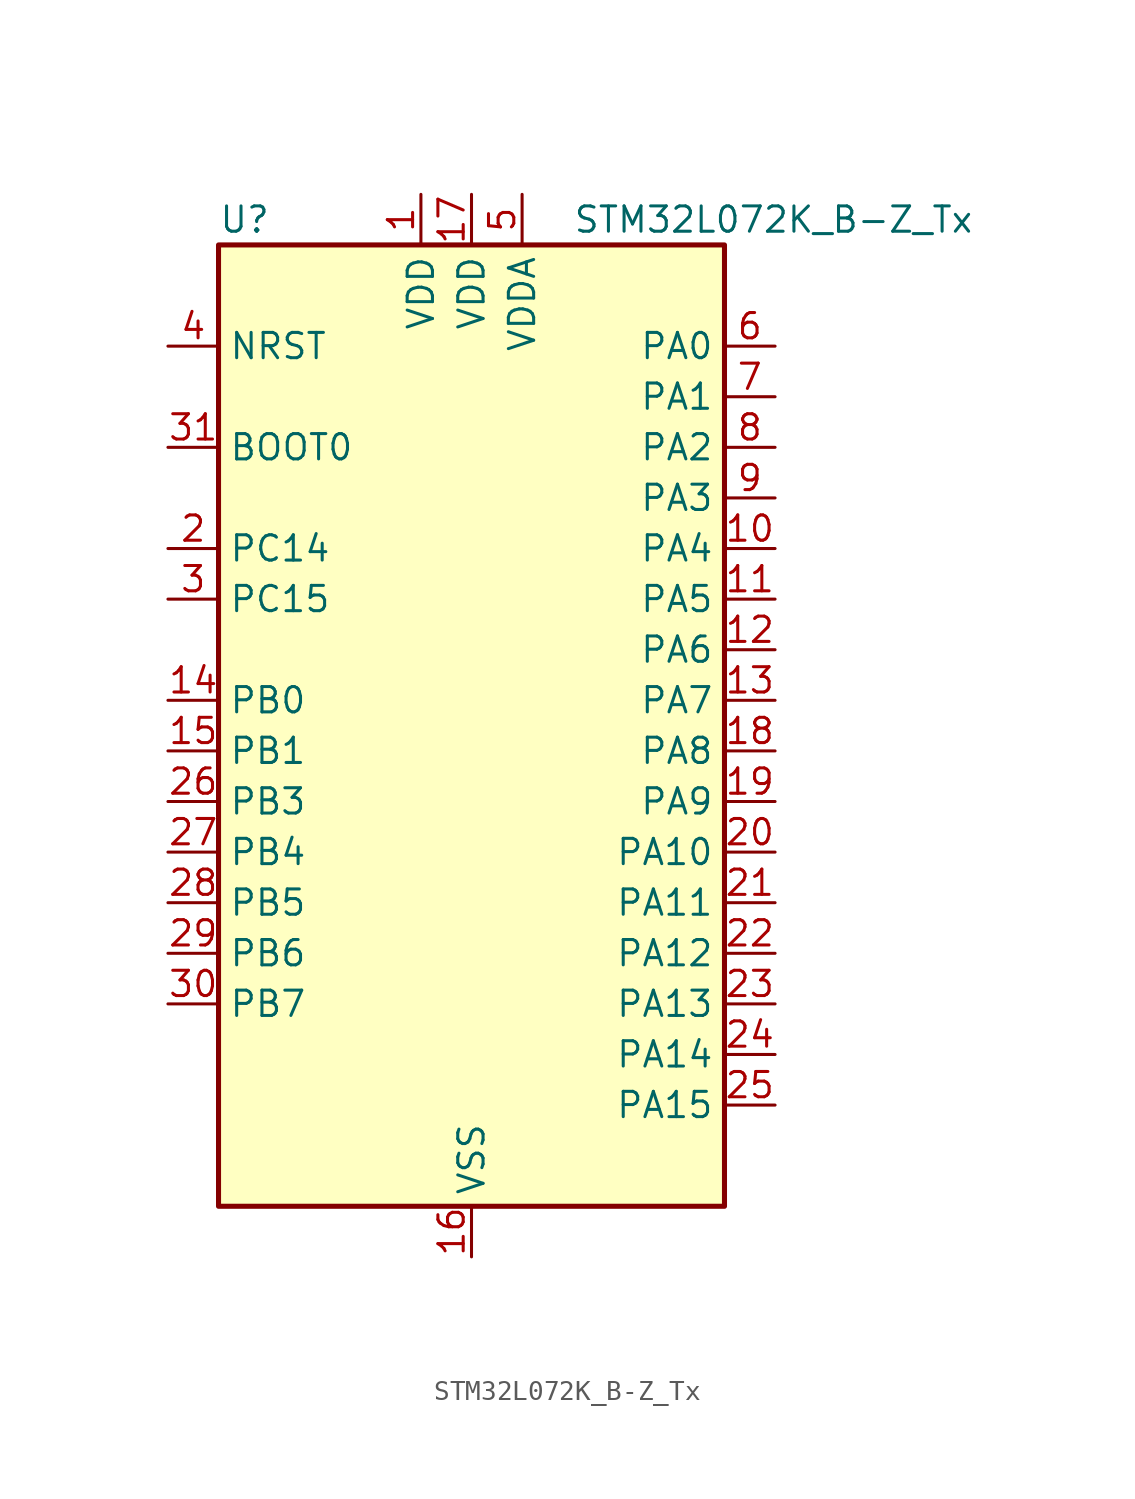
<source format=kicad_sym>
(kicad_symbol_lib
  (version 20241209)
  (generator "kicad_symbol_editor")
  (generator_version "9.0")
  (symbol "STM32L072K_B-Z_Tx"
    (property "Reference" "U"
      (at -12.7 26.67 0)
      (effects (font (size 1.27 1.27)) (justify left)))
    (property "Value" "STM32L072K_B-Z_Tx"
      (at 5.08 26.67 0)
      (effects (font (size 1.27 1.27)) (justify left)))
    (symbol "STM32L072K_B-Z_Tx_0_1"
      (rectangle (start -12.7 -22.86) (end 12.7 25.4) (stroke (width 0.254) (type default)) (fill (type background))))
    (symbol "STM32L072K_B-Z_Tx_1_1"
      (pin input line (at -15.24 20.32 0) (length 2.54) (name "NRST" (effects (font (size 1.27 1.27)))) (number "4" (effects (font (size 1.27 1.27)))))
      (pin input line (at -15.24 15.24 0) (length 2.54) (name "BOOT0" (effects (font (size 1.27 1.27)))) (number "31" (effects (font (size 1.27 1.27)))))
      (pin bidirectional line (at -15.24 10.16 0) (length 2.54) (name "PC14" (effects (font (size 1.27 1.27)))) (number "2" (effects (font (size 1.27 1.27)))) (alternate "RCC_OSC32_IN" bidirectional line))
      (pin bidirectional line (at -15.24 7.62 0) (length 2.54) (name "PC15" (effects (font (size 1.27 1.27)))) (number "3" (effects (font (size 1.27 1.27)))) (alternate "RCC_OSC32_OUT" bidirectional line))
      (pin bidirectional line (at -15.24 2.54 0) (length 2.54) (name "PB0" (effects (font (size 1.27 1.27)))) (number "14" (effects (font (size 1.27 1.27)))) (alternate "ADC_IN8" bidirectional line) (alternate "SYS_VREF_OUT_PB0" bidirectional line) (alternate "TIM3_CH3" bidirectional line) (alternate "TSC_G3_IO2" bidirectional line))
      (pin bidirectional line (at -15.24 0 0) (length 2.54) (name "PB1" (effects (font (size 1.27 1.27)))) (number "15" (effects (font (size 1.27 1.27)))) (alternate "ADC_IN9" bidirectional line) (alternate "LPUART1_DE" bidirectional line) (alternate "LPUART1_RTS" bidirectional line) (alternate "SYS_VREF_OUT_PB1" bidirectional line) (alternate "TIM3_CH4" bidirectional line) (alternate "TSC_G3_IO3" bidirectional line))
      (pin bidirectional line (at -15.24 -2.54 0) (length 2.54) (name "PB3" (effects (font (size 1.27 1.27)))) (number "26" (effects (font (size 1.27 1.27)))) (alternate "COMP2_INM" bidirectional line) (alternate "SPI1_SCK" bidirectional line) (alternate "TIM2_CH2" bidirectional line) (alternate "TSC_G5_IO1" bidirectional line) (alternate "USART1_DE" bidirectional line) (alternate "USART1_RTS" bidirectional line) (alternate "USART5_TX" bidirectional line))
      (pin bidirectional line (at -15.24 -5.08 0) (length 2.54) (name "PB4" (effects (font (size 1.27 1.27)))) (number "27" (effects (font (size 1.27 1.27)))) (alternate "COMP2_INP" bidirectional line) (alternate "I2C3_SDA" bidirectional line) (alternate "SPI1_MISO" bidirectional line) (alternate "TIM22_CH1" bidirectional line) (alternate "TIM3_CH1" bidirectional line) (alternate "TSC_G5_IO2" bidirectional line) (alternate "USART1_CTS" bidirectional line) (alternate "USART5_RX" bidirectional line))
      (pin bidirectional line (at -15.24 -7.62 0) (length 2.54) (name "PB5" (effects (font (size 1.27 1.27)))) (number "28" (effects (font (size 1.27 1.27)))) (alternate "COMP2_INP" bidirectional line) (alternate "I2C1_SMBA" bidirectional line) (alternate "LPTIM1_IN1" bidirectional line) (alternate "SPI1_MOSI" bidirectional line) (alternate "TIM22_CH2" bidirectional line) (alternate "TIM3_CH2" bidirectional line) (alternate "USART1_CK" bidirectional line) (alternate "USART5_CK" bidirectional line) (alternate "USART5_DE" bidirectional line) (alternate "USART5_RTS" bidirectional line))
      (pin bidirectional line (at -15.24 -10.16 0) (length 2.54) (name "PB6" (effects (font (size 1.27 1.27)))) (number "29" (effects (font (size 1.27 1.27)))) (alternate "COMP2_INP" bidirectional line) (alternate "I2C1_SCL" bidirectional line) (alternate "LPTIM1_ETR" bidirectional line) (alternate "TSC_G5_IO3" bidirectional line) (alternate "USART1_TX" bidirectional line))
      (pin bidirectional line (at -15.24 -12.7 0) (length 2.54) (name "PB7" (effects (font (size 1.27 1.27)))) (number "30" (effects (font (size 1.27 1.27)))) (alternate "COMP2_INP" bidirectional line) (alternate "I2C1_SDA" bidirectional line) (alternate "LPTIM1_IN2" bidirectional line) (alternate "SYS_PVD_IN" bidirectional line) (alternate "TSC_G5_IO4" bidirectional line) (alternate "USART1_RX" bidirectional line) (alternate "USART4_CTS" bidirectional line))
      (pin power_in line (at -2.54 27.94 270) (length 2.54) (name "VDD" (effects (font (size 1.27 1.27)))) (number "1" (effects (font (size 1.27 1.27)))))
      (pin power_in line (at 0 27.94 270) (length 2.54) (name "VDD" (effects (font (size 1.27 1.27)))) (number "17" (effects (font (size 1.27 1.27)))))
      (pin power_in line (at 0 -25.4 90) (length 2.54) (name "VSS" (effects (font (size 1.27 1.27)))) (number "16" (effects (font (size 1.27 1.27)))))
      (pin passive line (at 0 -25.4 90) (length 2.54) (hide yes) (name "VSS" (effects (font (size 1.27 1.27)))) (number "32" (effects (font (size 1.27 1.27)))))
      (pin power_in line (at 2.54 27.94 270) (length 2.54) (name "VDDA" (effects (font (size 1.27 1.27)))) (number "5" (effects (font (size 1.27 1.27)))))
      (pin bidirectional line (at 15.24 20.32 180) (length 2.54) (name "PA0" (effects (font (size 1.27 1.27)))) (number "6" (effects (font (size 1.27 1.27)))) (alternate "ADC_IN0" bidirectional line) (alternate "COMP1_INM" bidirectional line) (alternate "COMP1_OUT" bidirectional line) (alternate "RTC_TAMP2" bidirectional line) (alternate "SYS_WKUP1" bidirectional line) (alternate "TIM2_CH1" bidirectional line) (alternate "TIM2_ETR" bidirectional line) (alternate "TSC_G1_IO1" bidirectional line) (alternate "USART2_CTS" bidirectional line) (alternate "USART4_TX" bidirectional line))
      (pin bidirectional line (at 15.24 17.78 180) (length 2.54) (name "PA1" (effects (font (size 1.27 1.27)))) (number "7" (effects (font (size 1.27 1.27)))) (alternate "ADC_IN1" bidirectional line) (alternate "COMP1_INP" bidirectional line) (alternate "TIM21_ETR" bidirectional line) (alternate "TIM2_CH2" bidirectional line) (alternate "TSC_G1_IO2" bidirectional line) (alternate "USART2_DE" bidirectional line) (alternate "USART2_RTS" bidirectional line) (alternate "USART4_RX" bidirectional line))
      (pin bidirectional line (at 15.24 15.24 180) (length 2.54) (name "PA2" (effects (font (size 1.27 1.27)))) (number "8" (effects (font (size 1.27 1.27)))) (alternate "ADC_IN2" bidirectional line) (alternate "COMP2_INM" bidirectional line) (alternate "COMP2_OUT" bidirectional line) (alternate "LPUART1_TX" bidirectional line) (alternate "TIM21_CH1" bidirectional line) (alternate "TIM2_CH3" bidirectional line) (alternate "TSC_G1_IO3" bidirectional line) (alternate "USART2_TX" bidirectional line))
      (pin bidirectional line (at 15.24 12.7 180) (length 2.54) (name "PA3" (effects (font (size 1.27 1.27)))) (number "9" (effects (font (size 1.27 1.27)))) (alternate "ADC_IN3" bidirectional line) (alternate "COMP2_INP" bidirectional line) (alternate "LPUART1_RX" bidirectional line) (alternate "TIM21_CH2" bidirectional line) (alternate "TIM2_CH4" bidirectional line) (alternate "TSC_G1_IO4" bidirectional line) (alternate "USART2_RX" bidirectional line))
      (pin bidirectional line (at 15.24 10.16 180) (length 2.54) (name "PA4" (effects (font (size 1.27 1.27)))) (number "10" (effects (font (size 1.27 1.27)))) (alternate "ADC_IN4" bidirectional line) (alternate "COMP1_INM" bidirectional line) (alternate "COMP2_INM" bidirectional line) (alternate "DAC_OUT1" bidirectional line) (alternate "SPI1_NSS" bidirectional line) (alternate "TIM22_ETR" bidirectional line) (alternate "TSC_G2_IO1" bidirectional line) (alternate "USART2_CK" bidirectional line))
      (pin bidirectional line (at 15.24 7.62 180) (length 2.54) (name "PA5" (effects (font (size 1.27 1.27)))) (number "11" (effects (font (size 1.27 1.27)))) (alternate "ADC_IN5" bidirectional line) (alternate "COMP1_INM" bidirectional line) (alternate "COMP2_INM" bidirectional line) (alternate "DAC_OUT2" bidirectional line) (alternate "SPI1_SCK" bidirectional line) (alternate "TIM2_CH1" bidirectional line) (alternate "TIM2_ETR" bidirectional line) (alternate "TSC_G2_IO2" bidirectional line))
      (pin bidirectional line (at 15.24 5.08 180) (length 2.54) (name "PA6" (effects (font (size 1.27 1.27)))) (number "12" (effects (font (size 1.27 1.27)))) (alternate "ADC_IN6" bidirectional line) (alternate "COMP1_OUT" bidirectional line) (alternate "LPUART1_CTS" bidirectional line) (alternate "SPI1_MISO" bidirectional line) (alternate "TIM22_CH1" bidirectional line) (alternate "TIM3_CH1" bidirectional line) (alternate "TSC_G2_IO3" bidirectional line))
      (pin bidirectional line (at 15.24 2.54 180) (length 2.54) (name "PA7" (effects (font (size 1.27 1.27)))) (number "13" (effects (font (size 1.27 1.27)))) (alternate "ADC_IN7" bidirectional line) (alternate "COMP2_OUT" bidirectional line) (alternate "SPI1_MOSI" bidirectional line) (alternate "TIM22_CH2" bidirectional line) (alternate "TIM3_CH2" bidirectional line) (alternate "TSC_G2_IO4" bidirectional line))
      (pin bidirectional line (at 15.24 0 180) (length 2.54) (name "PA8" (effects (font (size 1.27 1.27)))) (number "18" (effects (font (size 1.27 1.27)))) (alternate "CRS_SYNC" bidirectional line) (alternate "I2C3_SCL" bidirectional line) (alternate "RCC_MCO" bidirectional line) (alternate "USART1_CK" bidirectional line))
      (pin bidirectional line (at 15.24 -2.54 180) (length 2.54) (name "PA9" (effects (font (size 1.27 1.27)))) (number "19" (effects (font (size 1.27 1.27)))) (alternate "DAC_EXTI9" bidirectional line) (alternate "I2C1_SCL" bidirectional line) (alternate "I2C3_SMBA" bidirectional line) (alternate "RCC_MCO" bidirectional line) (alternate "TSC_G4_IO1" bidirectional line) (alternate "USART1_TX" bidirectional line))
      (pin bidirectional line (at 15.24 -5.08 180) (length 2.54) (name "PA10" (effects (font (size 1.27 1.27)))) (number "20" (effects (font (size 1.27 1.27)))) (alternate "I2C1_SDA" bidirectional line) (alternate "TSC_G4_IO2" bidirectional line) (alternate "USART1_RX" bidirectional line))
      (pin bidirectional line (at 15.24 -7.62 180) (length 2.54) (name "PA11" (effects (font (size 1.27 1.27)))) (number "21" (effects (font (size 1.27 1.27)))) (alternate "ADC_EXTI11" bidirectional line) (alternate "COMP1_OUT" bidirectional line) (alternate "SPI1_MISO" bidirectional line) (alternate "TSC_G4_IO3" bidirectional line) (alternate "USART1_CTS" bidirectional line) (alternate "USB_DM" bidirectional line))
      (pin bidirectional line (at 15.24 -10.16 180) (length 2.54) (name "PA12" (effects (font (size 1.27 1.27)))) (number "22" (effects (font (size 1.27 1.27)))) (alternate "COMP2_OUT" bidirectional line) (alternate "SPI1_MOSI" bidirectional line) (alternate "TSC_G4_IO4" bidirectional line) (alternate "USART1_DE" bidirectional line) (alternate "USART1_RTS" bidirectional line) (alternate "USB_DP" bidirectional line))
      (pin bidirectional line (at 15.24 -12.7 180) (length 2.54) (name "PA13" (effects (font (size 1.27 1.27)))) (number "23" (effects (font (size 1.27 1.27)))) (alternate "LPUART1_RX" bidirectional line) (alternate "SYS_SWDIO" bidirectional line) (alternate "USB_NOE" bidirectional line))
      (pin bidirectional line (at 15.24 -15.24 180) (length 2.54) (name "PA14" (effects (font (size 1.27 1.27)))) (number "24" (effects (font (size 1.27 1.27)))) (alternate "LPUART1_TX" bidirectional line) (alternate "SYS_SWCLK" bidirectional line) (alternate "USART2_TX" bidirectional line))
      (pin bidirectional line (at 15.24 -17.78 180) (length 2.54) (name "PA15" (effects (font (size 1.27 1.27)))) (number "25" (effects (font (size 1.27 1.27)))) (alternate "SPI1_NSS" bidirectional line) (alternate "TIM2_CH1" bidirectional line) (alternate "TIM2_ETR" bidirectional line) (alternate "USART2_RX" bidirectional line) (alternate "USART4_DE" bidirectional line) (alternate "USART4_RTS" bidirectional line)))))
</source>
